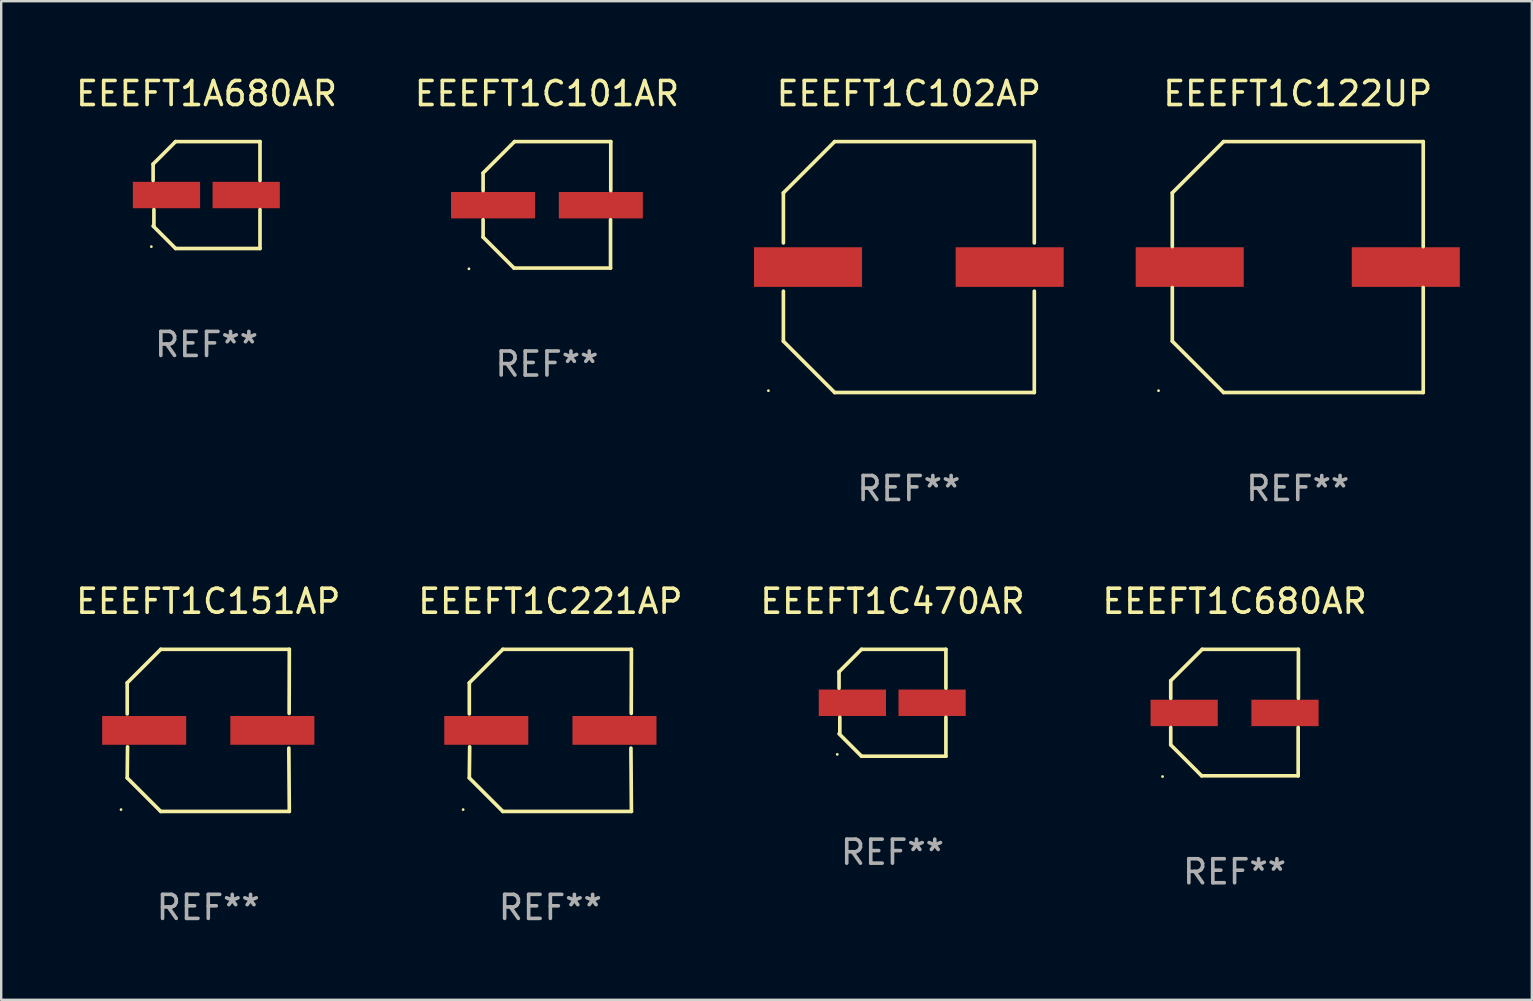
<source format=kicad_pcb>
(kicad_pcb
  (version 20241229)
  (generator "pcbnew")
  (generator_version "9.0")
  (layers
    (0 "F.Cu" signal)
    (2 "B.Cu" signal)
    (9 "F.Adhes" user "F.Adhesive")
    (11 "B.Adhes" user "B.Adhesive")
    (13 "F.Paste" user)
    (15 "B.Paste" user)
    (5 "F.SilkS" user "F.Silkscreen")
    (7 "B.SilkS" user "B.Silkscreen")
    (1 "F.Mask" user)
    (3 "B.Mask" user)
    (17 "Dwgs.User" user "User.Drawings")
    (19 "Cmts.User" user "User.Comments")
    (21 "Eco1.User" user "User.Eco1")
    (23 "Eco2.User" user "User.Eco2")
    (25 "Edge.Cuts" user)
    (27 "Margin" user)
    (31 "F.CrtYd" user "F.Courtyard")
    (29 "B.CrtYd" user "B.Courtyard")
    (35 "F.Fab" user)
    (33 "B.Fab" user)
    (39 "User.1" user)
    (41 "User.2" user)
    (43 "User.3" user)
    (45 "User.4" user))
  (footprint "EEEFT1C122UP"
    (layer "F.Cu")
    (at 51.007 8.074)
    (property "Reference" "EEEFT1C122UP" (at 0 -7.226 0) (layer "F.SilkS") (effects (font (size 1 1) (thickness 0.15))))
    (attr through_hole)
    (fp_line (start -5.226 -3.09) (end -5.226 -0.852) (stroke (width 0.152) (type solid)) (layer "F.SilkS"))
    (fp_line (start -5.226 3.09) (end -5.226 0.852) (stroke (width 0.152) (type solid)) (layer "F.SilkS"))
    (fp_line (start -3.09 -5.226) (end -5.226 -3.09) (stroke (width 0.152) (type solid)) (layer "F.SilkS"))
    (fp_line (start -3.09 5.226) (end -5.226 3.09) (stroke (width 0.152) (type solid)) (layer "F.SilkS"))
    (fp_line (start 5.226 -5.226) (end -3.09 -5.226) (stroke (width 0.152) (type solid)) (layer "F.SilkS"))
    (fp_line (start 5.226 -0.852) (end 5.226 -5.226) (stroke (width 0.152) (type solid)) (layer "F.SilkS"))
    (fp_line (start 5.226 0.852) (end 5.226 5.226) (stroke (width 0.152) (type solid)) (layer "F.SilkS"))
    (fp_line (start 5.226 5.226) (end -3.09 5.226) (stroke (width 0.152) (type solid)) (layer "F.SilkS"))
    (fp_circle (center -5.8 5.15) (end -5.77 5.15) (stroke (width 0.06) (type solid)) (fill no) (layer "F.SilkS"))
    (fp_text user "REF**" (at 0 9.226 0) (layer "F.Fab") (effects (font (size 1 1) (thickness 0.15))))
    (pad "1" smd rect (at -4.5 0) (size 4.5 1.65) (layers "F.Cu" "F.Mask" "F.Paste"))
    (pad "2" smd rect (at 4.5 0) (size 4.5 1.65) (layers "F.Cu" "F.Mask" "F.Paste")))
  (footprint "EEEFT1C470AR"
    (layer "F.Cu")
    (at 34.125 26.223)
    (property "Reference" "EEEFT1C470AR" (at 0 -4.226 0) (layer "F.SilkS") (effects (font (size 1 1) (thickness 0.15))))
    (attr through_hole)
    (fp_line (start -2.226 -1.29) (end -2.226 -0.607) (stroke (width 0.152) (type solid)) (layer "F.SilkS"))
    (fp_line (start -2.193 1.29) (end -2.193 0.607) (stroke (width 0.152) (type solid)) (layer "F.SilkS"))
    (fp_line (start -1.29 2.226) (end -2.226 1.29) (stroke (width 0.152) (type solid)) (layer "F.SilkS"))
    (fp_line (start -1.29 -2.226) (end -2.226 -1.29) (stroke (width 0.152) (type solid)) (layer "F.SilkS"))
    (fp_line (start 2.226 -2.226) (end -1.29 -2.226) (stroke (width 0.152) (type solid)) (layer "F.SilkS"))
    (fp_line (start 2.226 -0.607) (end 2.226 -2.226) (stroke (width 0.152) (type solid)) (layer "F.SilkS"))
    (fp_line (start 2.226 0.607) (end 2.226 2.226) (stroke (width 0.152) (type solid)) (layer "F.SilkS"))
    (fp_line (start 2.226 2.226) (end -1.29 2.226) (stroke (width 0.152) (type solid)) (layer "F.SilkS"))
    (fp_circle (center -2.3 2.15) (end -2.27 2.15) (stroke (width 0.06) (type solid)) (fill no) (layer "F.SilkS"))
    (fp_text user "REF**" (at 0 6.226 0) (layer "F.Fab") (effects (font (size 1 1) (thickness 0.15))))
    (pad "1" smd rect (at -1.67 -0.000025) (size 2.8 1.1) (layers "F.Cu" "F.Mask" "F.Paste"))
    (pad "2" smd rect (at 1.651 -0.000025) (size 2.8 1.1) (layers "F.Cu" "F.Mask" "F.Paste")))
  (footprint "EEEFT1A680AR"
    (layer "F.Cu")
    (at 5.554 5.074)
    (property "Reference" "EEEFT1A680AR" (at 0 -4.226 0) (layer "F.SilkS") (effects (font (size 1 1) (thickness 0.15))))
    (attr through_hole)
    (fp_line (start -2.226 -1.29) (end -2.226 -0.607) (stroke (width 0.152) (type solid)) (layer "F.SilkS"))
    (fp_line (start -2.193 1.29) (end -2.193 0.607) (stroke (width 0.152) (type solid)) (layer "F.SilkS"))
    (fp_line (start -1.29 2.226) (end -2.226 1.29) (stroke (width 0.152) (type solid)) (layer "F.SilkS"))
    (fp_line (start -1.29 -2.226) (end -2.226 -1.29) (stroke (width 0.152) (type solid)) (layer "F.SilkS"))
    (fp_line (start 2.226 -2.226) (end -1.29 -2.226) (stroke (width 0.152) (type solid)) (layer "F.SilkS"))
    (fp_line (start 2.226 -0.607) (end 2.226 -2.226) (stroke (width 0.152) (type solid)) (layer "F.SilkS"))
    (fp_line (start 2.226 0.607) (end 2.226 2.226) (stroke (width 0.152) (type solid)) (layer "F.SilkS"))
    (fp_line (start 2.226 2.226) (end -1.29 2.226) (stroke (width 0.152) (type solid)) (layer "F.SilkS"))
    (fp_circle (center -2.3 2.15) (end -2.27 2.15) (stroke (width 0.06) (type solid)) (fill no) (layer "F.SilkS"))
    (fp_text user "REF**" (at 0 6.226 0) (layer "F.Fab") (effects (font (size 1 1) (thickness 0.15))))
    (pad "1" smd rect (at -1.67 -0.000025) (size 2.8 1.1) (layers "F.Cu" "F.Mask" "F.Paste"))
    (pad "2" smd rect (at 1.651 -0.000025) (size 2.8 1.1) (layers "F.Cu" "F.Mask" "F.Paste")))
  (footprint "EEEFT1C101AR"
    (layer "F.Cu")
    (at 19.732 5.482)
    (property "Reference" "EEEFT1C101AR" (at 0 -4.634 0) (layer "F.SilkS") (effects (font (size 1 1) (thickness 0.15))))
    (attr through_hole)
    (fp_line (start -2.659 -1.326) (end -2.659 -0.592) (stroke (width 0.152) (type solid)) (layer "F.SilkS"))
    (fp_line (start -2.659 1.346) (end -2.659 0.622) (stroke (width 0.152) (type solid)) (layer "F.SilkS"))
    (fp_line (start -1.372 2.634) (end -2.659 1.346) (stroke (width 0.152) (type solid)) (layer "F.SilkS"))
    (fp_line (start -1.349 -2.634) (end -2.659 -1.326) (stroke (width 0.152) (type solid)) (layer "F.SilkS"))
    (fp_line (start 2.649 0.622) (end 2.649 2.634) (stroke (width 0.152) (type solid)) (layer "F.SilkS"))
    (fp_line (start 2.649 2.634) (end -1.372 2.634) (stroke (width 0.152) (type solid)) (layer "F.SilkS"))
    (fp_line (start 2.659 -2.634) (end -1.349 -2.634) (stroke (width 0.152) (type solid)) (layer "F.SilkS"))
    (fp_line (start 2.659 -0.592) (end 2.659 -2.634) (stroke (width 0.152) (type solid)) (layer "F.SilkS"))
    (fp_circle (center -3.249 2.665) (end -3.219 2.665) (stroke (width 0.06) (type solid)) (fill no) (layer "F.SilkS"))
    (fp_text user "REF**" (at 0 6.634 0) (layer "F.Fab") (effects (font (size 1 1) (thickness 0.15))))
    (pad "1" smd rect (at -2.245 0.015) (size 3.5 1.1) (layers "F.Cu" "F.Mask" "F.Paste"))
    (pad "2" smd rect (at 2.245 0.015) (size 3.5 1.1) (layers "F.Cu" "F.Mask" "F.Paste")))
  (footprint "EEEFT1C221AP"
    (layer "F.Cu")
    (at 19.875 27.373)
    (property "Reference" "EEEFT1C221AP" (at 0 -5.376 0) (layer "F.SilkS") (effects (font (size 1 1) (thickness 0.15))))
    (attr through_hole)
    (fp_line (start -3.376 -1.98) (end -3.376 -0.686) (stroke (width 0.152) (type solid)) (layer "F.SilkS"))
    (fp_line (start -3.376 1.981) (end -3.362 0.686) (stroke (width 0.152) (type solid)) (layer "F.SilkS"))
    (fp_line (start -1.981 3.376) (end -3.376 1.981) (stroke (width 0.152) (type solid)) (layer "F.SilkS"))
    (fp_line (start -1.98 -3.376) (end -3.376 -1.98) (stroke (width 0.152) (type solid)) (layer "F.SilkS"))
    (fp_line (start 3.356 0.74) (end 3.376 3.376) (stroke (width 0.152) (type solid)) (layer "F.SilkS"))
    (fp_line (start 3.369 -0.707) (end 3.376 -3.376) (stroke (width 0.152) (type solid)) (layer "F.SilkS"))
    (fp_line (start 3.376 3.376) (end -1.981 3.376) (stroke (width 0.152) (type solid)) (layer "F.SilkS"))
    (fp_line (start 3.376 -3.376) (end -1.98 -3.376) (stroke (width 0.152) (type solid)) (layer "F.SilkS"))
    (fp_circle (center -3.634 3.3) (end -3.604 3.3) (stroke (width 0.06) (type solid)) (fill no) (layer "F.SilkS"))
    (fp_text user "REF**" (at 0 7.376 0) (layer "F.Fab") (effects (font (size 1 1) (thickness 0.15))))
    (pad "1" smd rect (at -2.67 0.000254) (size 3.5 1.2) (layers "F.Cu" "F.Mask" "F.Paste"))
    (pad "2" smd rect (at 2.67 0.000254) (size 3.5 1.2) (layers "F.Cu" "F.Mask" "F.Paste")))
  (footprint "EEEFT1C102AP"
    (layer "F.Cu")
    (at 34.807 8.074)
    (property "Reference" "EEEFT1C102AP" (at 0 -7.226 0) (layer "F.SilkS") (effects (font (size 1 1) (thickness 0.15))))
    (attr through_hole)
    (fp_line (start -5.226 -3.09) (end -5.226 -1.005) (stroke (width 0.152) (type solid)) (layer "F.SilkS"))
    (fp_line (start -5.226 1.005) (end -5.226 3.09) (stroke (width 0.152) (type solid)) (layer "F.SilkS"))
    (fp_line (start -3.09 -5.226) (end -5.226 -3.09) (stroke (width 0.152) (type solid)) (layer "F.SilkS"))
    (fp_line (start -3.09 5.226) (end -5.226 3.09) (stroke (width 0.152) (type solid)) (layer "F.SilkS"))
    (fp_line (start 5.226 -5.226) (end -3.09 -5.226) (stroke (width 0.152) (type solid)) (layer "F.SilkS"))
    (fp_line (start 5.226 -5.226) (end 5.226 -1.005) (stroke (width 0.152) (type solid)) (layer "F.SilkS"))
    (fp_line (start 5.226 1.005) (end 5.226 5.226) (stroke (width 0.152) (type solid)) (layer "F.SilkS"))
    (fp_line (start 5.226 5.226) (end -3.09 5.226) (stroke (width 0.152) (type solid)) (layer "F.SilkS"))
    (fp_circle (center -5.85 5.15) (end -5.82 5.15) (stroke (width 0.06) (type solid)) (fill no) (layer "F.SilkS"))
    (fp_text user "REF**" (at 0 9.226 0) (layer "F.Fab") (effects (font (size 1 1) (thickness 0.15))))
    (pad "1" smd rect (at -4.2 0.000292) (size 4.5 1.65) (layers "F.Cu" "F.Mask" "F.Paste"))
    (pad "2" smd rect (at 4.2 0.000292) (size 4.5 1.65) (layers "F.Cu" "F.Mask" "F.Paste")))
  (footprint "EEEFT1C151AP"
    (layer "F.Cu")
    (at 5.625 27.373)
    (property "Reference" "EEEFT1C151AP" (at 0 -5.376 0) (layer "F.SilkS") (effects (font (size 1 1) (thickness 0.15))))
    (attr through_hole)
    (fp_line (start -3.376 -1.98) (end -3.376 -0.686) (stroke (width 0.152) (type solid)) (layer "F.SilkS"))
    (fp_line (start -3.376 1.981) (end -3.362 0.686) (stroke (width 0.152) (type solid)) (layer "F.SilkS"))
    (fp_line (start -1.981 3.376) (end -3.376 1.981) (stroke (width 0.152) (type solid)) (layer "F.SilkS"))
    (fp_line (start -1.98 -3.376) (end -3.376 -1.98) (stroke (width 0.152) (type solid)) (layer "F.SilkS"))
    (fp_line (start 3.356 0.74) (end 3.376 3.376) (stroke (width 0.152) (type solid)) (layer "F.SilkS"))
    (fp_line (start 3.369 -0.707) (end 3.376 -3.376) (stroke (width 0.152) (type solid)) (layer "F.SilkS"))
    (fp_line (start 3.376 3.376) (end -1.981 3.376) (stroke (width 0.152) (type solid)) (layer "F.SilkS"))
    (fp_line (start 3.376 -3.376) (end -1.98 -3.376) (stroke (width 0.152) (type solid)) (layer "F.SilkS"))
    (fp_circle (center -3.634 3.3) (end -3.604 3.3) (stroke (width 0.06) (type solid)) (fill no) (layer "F.SilkS"))
    (fp_text user "REF**" (at 0 7.376 0) (layer "F.Fab") (effects (font (size 1 1) (thickness 0.15))))
    (pad "1" smd rect (at -2.67 0.000254) (size 3.5 1.2) (layers "F.Cu" "F.Mask" "F.Paste"))
    (pad "2" smd rect (at 2.67 0.000254) (size 3.5 1.2) (layers "F.Cu" "F.Mask" "F.Paste")))
  (footprint "EEEFT1C680AR"
    (layer "F.Cu")
    (at 48.375 26.631)
    (property "Reference" "EEEFT1C680AR" (at 0 -4.634 0) (layer "F.SilkS") (effects (font (size 1 1) (thickness 0.15))))
    (attr through_hole)
    (fp_line (start -2.659 -1.326) (end -2.659 -0.592) (stroke (width 0.152) (type solid)) (layer "F.SilkS"))
    (fp_line (start -2.659 1.346) (end -2.659 0.622) (stroke (width 0.152) (type solid)) (layer "F.SilkS"))
    (fp_line (start -1.372 2.634) (end -2.659 1.346) (stroke (width 0.152) (type solid)) (layer "F.SilkS"))
    (fp_line (start -1.349 -2.634) (end -2.659 -1.326) (stroke (width 0.152) (type solid)) (layer "F.SilkS"))
    (fp_line (start 2.649 0.622) (end 2.649 2.634) (stroke (width 0.152) (type solid)) (layer "F.SilkS"))
    (fp_line (start 2.649 2.634) (end -1.372 2.634) (stroke (width 0.152) (type solid)) (layer "F.SilkS"))
    (fp_line (start 2.659 -2.634) (end -1.349 -2.634) (stroke (width 0.152) (type solid)) (layer "F.SilkS"))
    (fp_line (start 2.659 -0.592) (end 2.659 -2.634) (stroke (width 0.152) (type solid)) (layer "F.SilkS"))
    (fp_circle (center -3 2.665) (end -2.97 2.665) (stroke (width 0.06) (type solid)) (fill no) (layer "F.SilkS"))
    (fp_text user "REF**" (at 0 6.634 0) (layer "F.Fab") (effects (font (size 1 1) (thickness 0.15))))
    (pad "1" smd rect (at -2.1 0.015) (size 2.8 1.1) (layers "F.Cu" "F.Mask" "F.Paste"))
    (pad "2" smd rect (at 2.1 0.015) (size 2.8 1.1) (layers "F.Cu" "F.Mask" "F.Paste")))
  (gr_rect
    (start -3 -3)
    (end 60.757 38.597)
    (stroke (width 0.1) (type default))
    (fill no)
    (layer "Edge.Cuts")))
</source>
